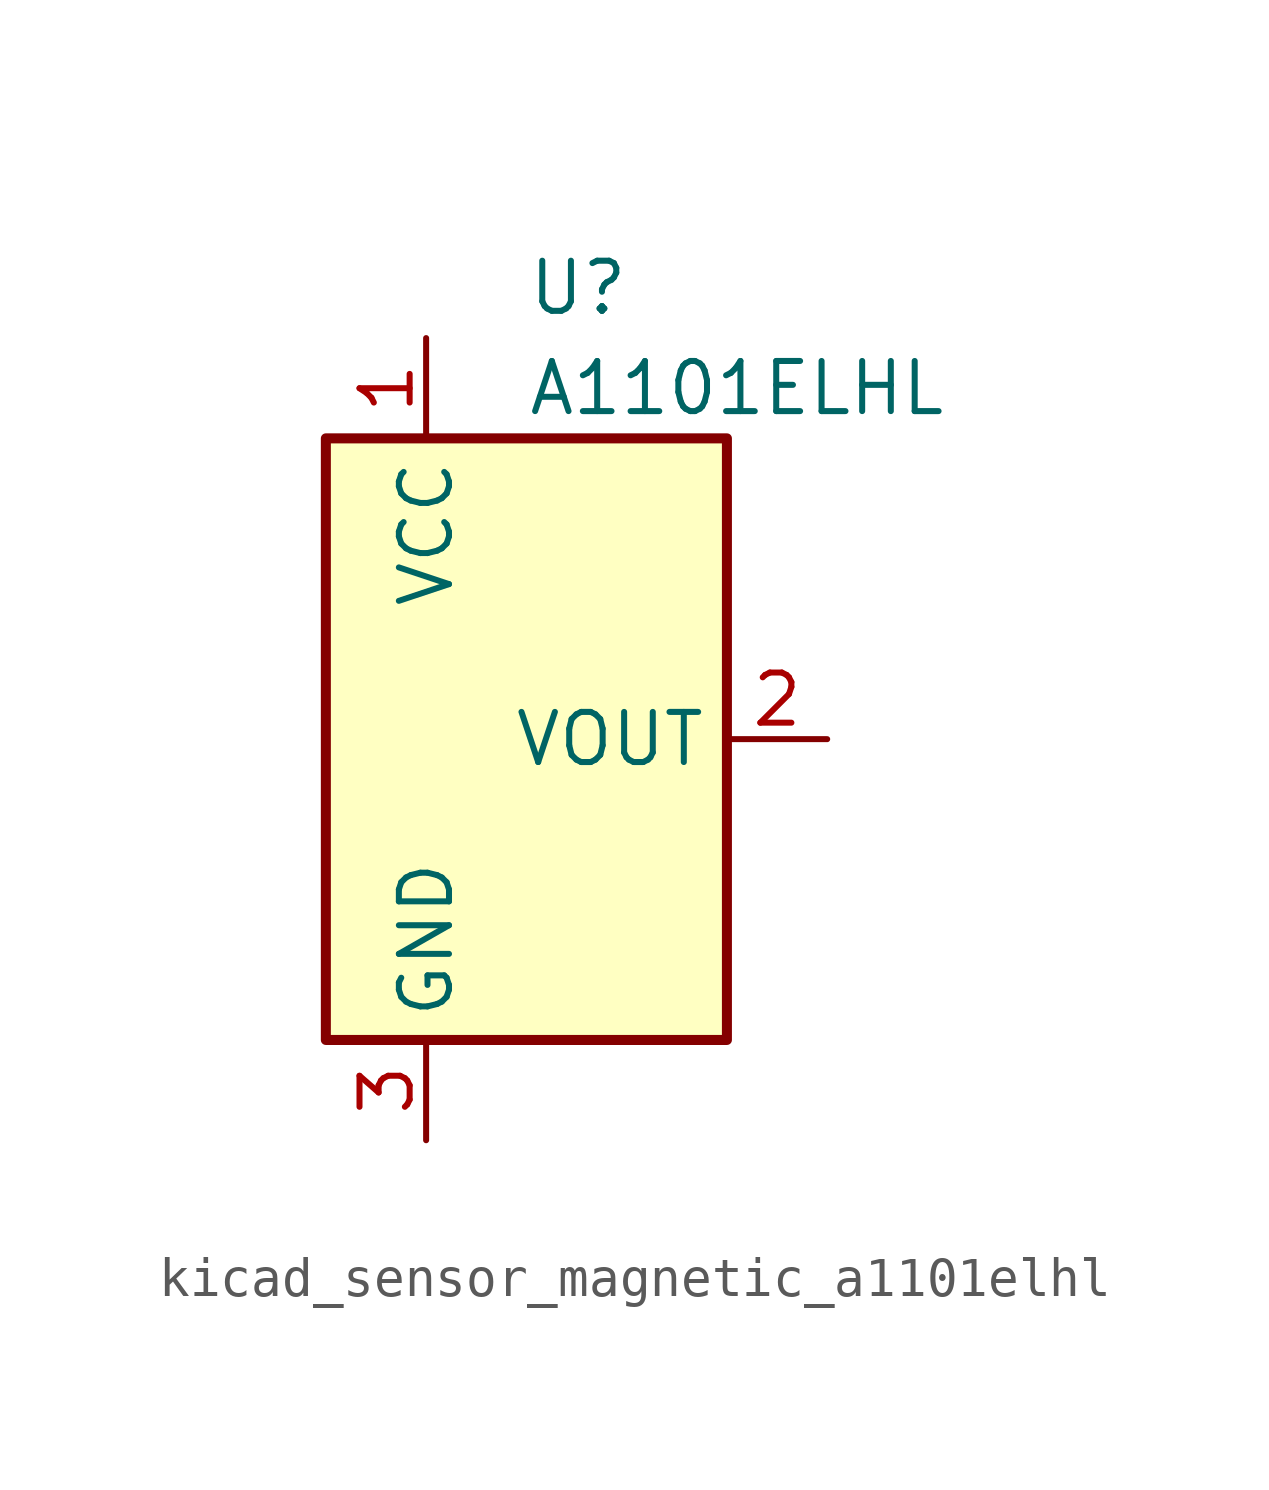
<source format=kicad_sym>
(kicad_symbol_lib
  (version 20220914)
  (generator kicad_symbol_editor)
  (symbol "kicad_sensor_magnetic_a1101elhl"
    (property "Reference" "U"
      (at 0 11.43 0)
      (effects (font (size 1.27 1.27)) (justify left)))
    (property "Value" "A1101ELHL"
      (at 0 8.89 0)
      (effects (font (size 1.27 1.27)) (justify left)))
    (symbol "kicad_sensor_magnetic_a1101elhl_0_1"
      (rectangle (start -5.08 7.62) (end 5.08 -7.62) (stroke (width 0.254) (type default)) (fill (type background))))
    (symbol "kicad_sensor_magnetic_a1101elhl_1_1"
      (pin power_in line (at -2.54 10.16 270) (length 2.54) (name "VCC" (effects (font (size 1.27 1.27)))) (number "1" (effects (font (size 1.27 1.27)))))
      (pin open_collector line (at 7.62 0 180) (length 2.54) (name "VOUT" (effects (font (size 1.27 1.27)))) (number "2" (effects (font (size 1.27 1.27)))))
      (pin power_in line (at -2.54 -10.16 90) (length 2.54) (name "GND" (effects (font (size 1.27 1.27)))) (number "3" (effects (font (size 1.27 1.27))))))))
</source>
